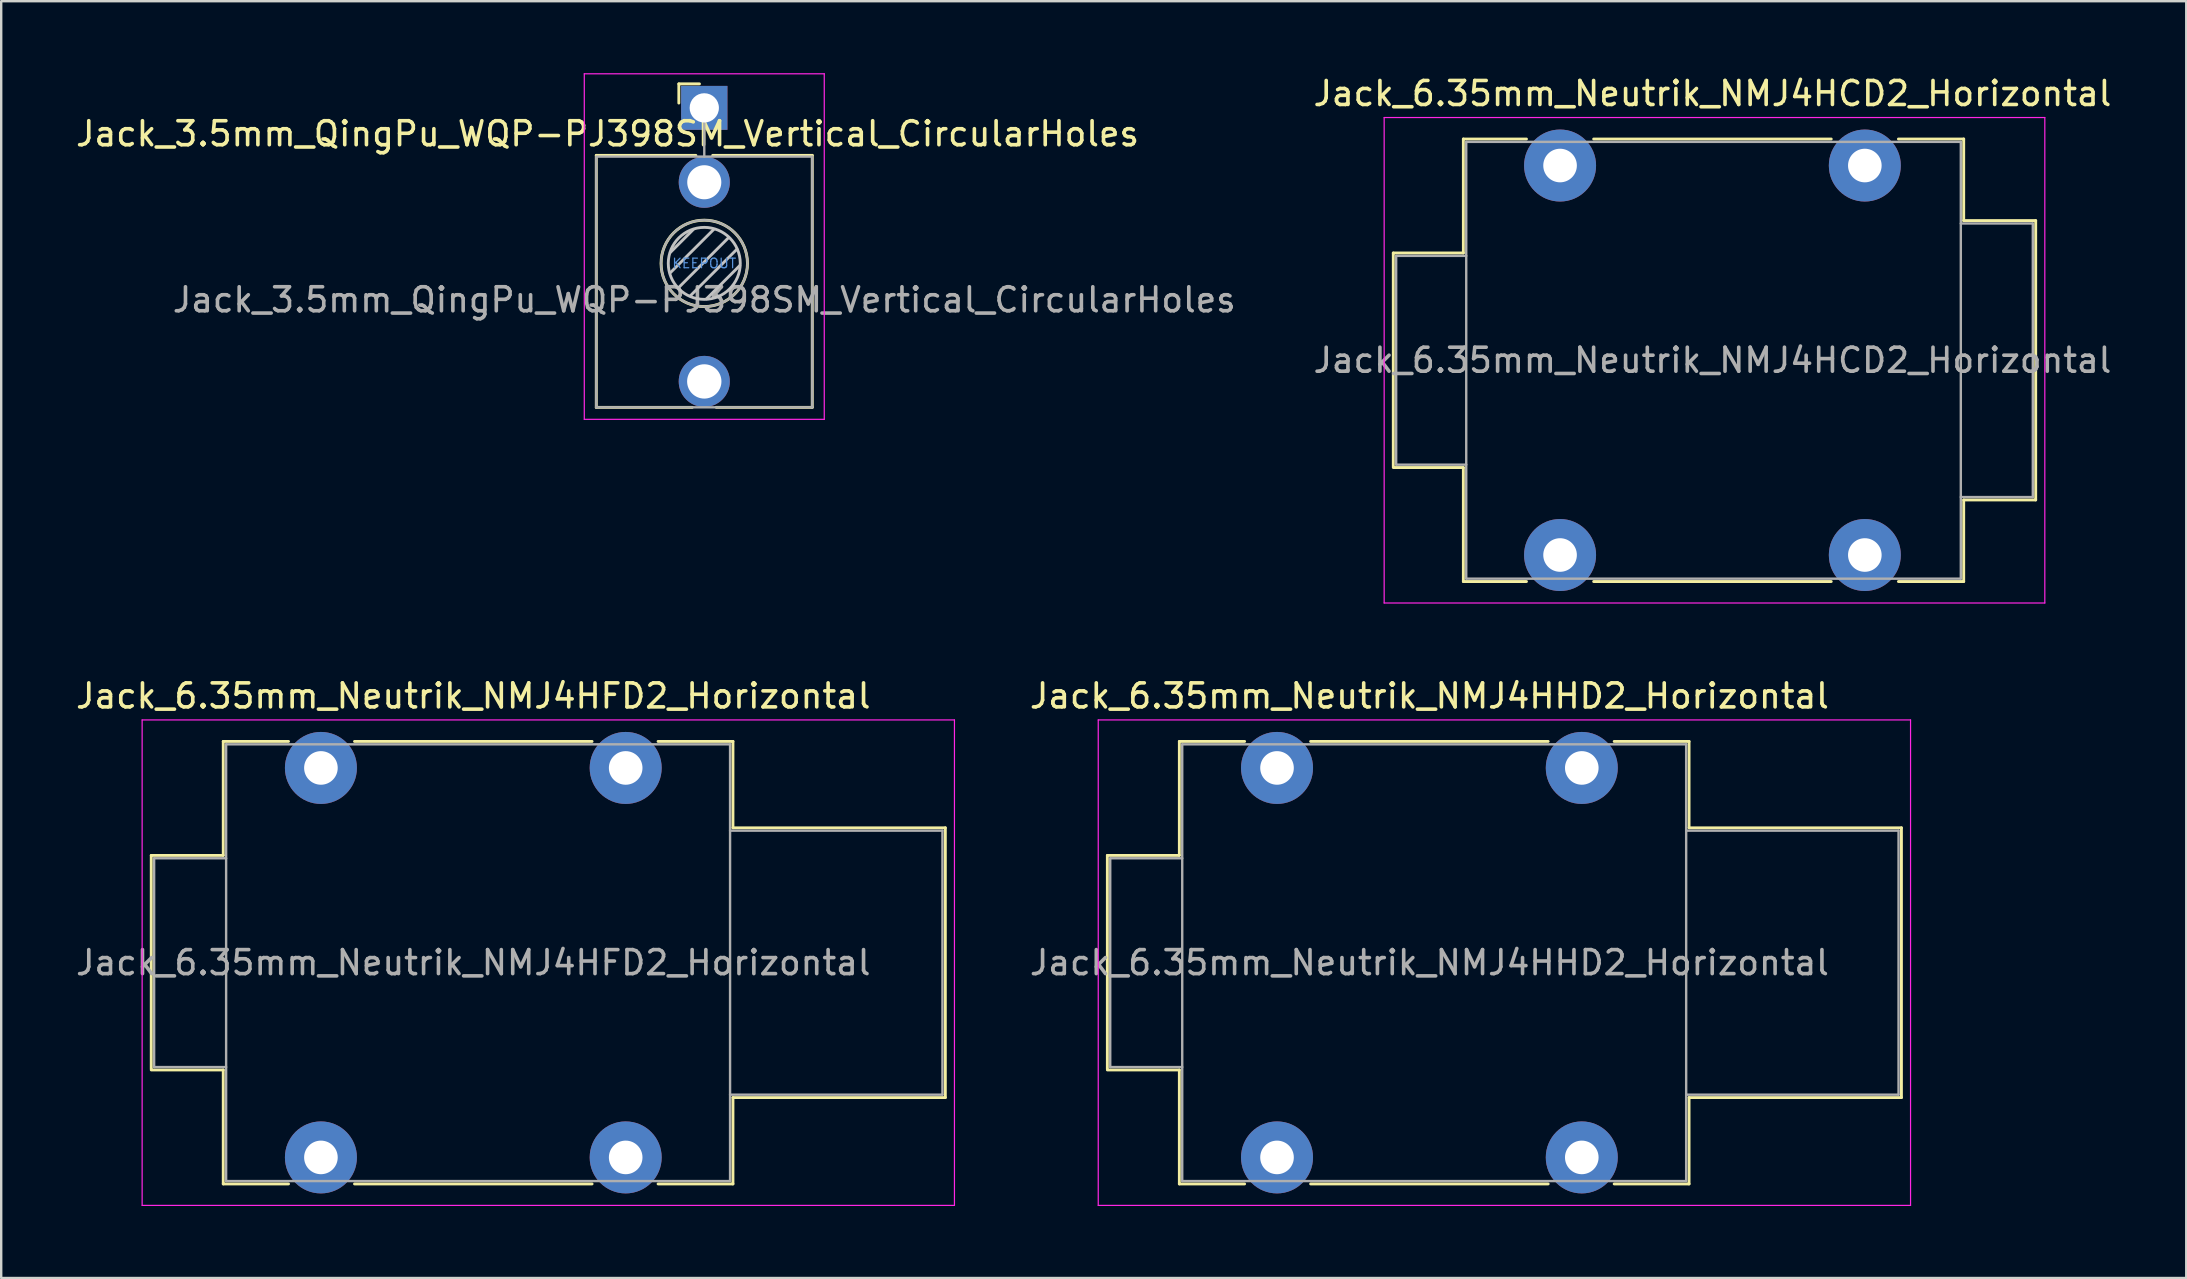
<source format=kicad_pcb>
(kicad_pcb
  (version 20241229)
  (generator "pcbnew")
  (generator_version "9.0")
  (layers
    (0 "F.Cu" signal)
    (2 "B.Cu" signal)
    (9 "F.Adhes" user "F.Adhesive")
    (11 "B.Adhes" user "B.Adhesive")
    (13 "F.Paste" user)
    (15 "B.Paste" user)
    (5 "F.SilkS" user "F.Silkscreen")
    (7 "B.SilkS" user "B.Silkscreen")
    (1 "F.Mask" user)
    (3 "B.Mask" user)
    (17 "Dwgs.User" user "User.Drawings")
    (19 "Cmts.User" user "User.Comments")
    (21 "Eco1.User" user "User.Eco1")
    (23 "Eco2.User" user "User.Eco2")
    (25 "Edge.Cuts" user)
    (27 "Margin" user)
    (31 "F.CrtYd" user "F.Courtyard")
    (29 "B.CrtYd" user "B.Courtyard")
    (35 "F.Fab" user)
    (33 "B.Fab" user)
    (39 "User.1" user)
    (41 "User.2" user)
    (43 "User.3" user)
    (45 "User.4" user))
  (footprint "Jack_3.5mm_QingPu_WQP-PJ398SM_Vertical_CircularHoles"
    (layer "F.Cu")
    (at 26.298 1.445)
    (property "Reference" "Jack_3.5mm_QingPu_WQP-PJ398SM_Vertical_CircularHoles" (at -4.03 1.08 180) (layer "F.SilkS") (effects (font (size 1 1) (thickness 0.15))))
    (attr through_hole)
    (fp_line (start -4.5 1.98) (end -4.5 12.48) (stroke (width 0.12) (type solid)) (layer "F.SilkS"))
    (fp_line (start -1.06 -1) (end -1.06 -0.2) (stroke (width 0.12) (type solid)) (layer "F.SilkS"))
    (fp_line (start -1.06 -1) (end -0.2 -1) (stroke (width 0.12) (type solid)) (layer "F.SilkS"))
    (fp_line (start -0.5 12.48) (end -4.5 12.48) (stroke (width 0.12) (type solid)) (layer "F.SilkS"))
    (fp_line (start -0.35 1.98) (end -4.5 1.98) (stroke (width 0.12) (type solid)) (layer "F.SilkS"))
    (fp_line (start 4.5 1.98) (end 0.35 1.98) (stroke (width 0.12) (type solid)) (layer "F.SilkS"))
    (fp_line (start 4.5 1.98) (end 4.5 12.48) (stroke (width 0.12) (type solid)) (layer "F.SilkS"))
    (fp_line (start 4.5 12.48) (end 0.5 12.48) (stroke (width 0.12) (type solid)) (layer "F.SilkS"))
    (fp_circle (center 0 6.48) (end 1.8 6.48) (stroke (width 0.12) (type solid)) (fill no) (layer "F.SilkS"))
    (fp_line (start -1.42 6.875) (end 0.4 5.06) (stroke (width 0.12) (type solid)) (layer "Dwgs.User"))
    (fp_line (start -1.41 6.02) (end -0.46 5.07) (stroke (width 0.12) (type solid)) (layer "Dwgs.User"))
    (fp_line (start -1.07 7.49) (end 1.01 5.41) (stroke (width 0.12) (type solid)) (layer "Dwgs.User"))
    (fp_line (start -0.58 7.83) (end 1.36 5.89) (stroke (width 0.12) (type solid)) (layer "Dwgs.User"))
    (fp_line (start 0.09 7.96) (end 1.48 6.57) (stroke (width 0.12) (type solid)) (layer "Dwgs.User"))
    (fp_circle (center 0 6.48) (end 1.5 6.48) (stroke (width 0.12) (type solid)) (fill no) (layer "Dwgs.User"))
    (fp_line (start -5 12.98) (end -5 -1.42) (stroke (width 0.05) (type solid)) (layer "F.CrtYd"))
    (fp_line (start 5 -1.42) (end -5 -1.42) (stroke (width 0.05) (type solid)) (layer "F.CrtYd"))
    (fp_line (start 5 12.98) (end -5 12.98) (stroke (width 0.05) (type solid)) (layer "F.CrtYd"))
    (fp_line (start 5 12.98) (end 5 -1.42) (stroke (width 0.05) (type solid)) (layer "F.CrtYd"))
    (fp_line (start -4.5 12.48) (end -4.5 2.08) (stroke (width 0.1) (type solid)) (layer "F.Fab"))
    (fp_line (start 0 0) (end 0 2.03) (stroke (width 0.1) (type solid)) (layer "F.Fab"))
    (fp_line (start 4.5 2.03) (end -4.5 2.03) (stroke (width 0.1) (type solid)) (layer "F.Fab"))
    (fp_line (start 4.5 12.48) (end -4.5 12.48) (stroke (width 0.1) (type solid)) (layer "F.Fab"))
    (fp_line (start 4.5 12.48) (end 4.5 2.08) (stroke (width 0.1) (type solid)) (layer "F.Fab"))
    (fp_circle (center 0 6.48) (end 1.8 6.48) (stroke (width 0.1) (type solid)) (fill no) (layer "F.Fab"))
    (fp_text user "KEEPOUT" (at 0 6.48 0) (layer "Cmts.User") (effects (font (size 0.4 0.4) (thickness 0.051))))
    (fp_text user "${REFERENCE}" (at 0 8 180) (layer "F.Fab") (effects (font (size 1 1) (thickness 0.15))))
    (pad "S" thru_hole rect (at 0 0 180) (size 1.93 1.83) (drill 1.22) (layers "*.Cu" "*.Mask"))
    (pad "T" thru_hole circle (at 0 11.4 180) (size 2.13 2.13) (drill 1.43) (layers "*.Cu" "*.Mask"))
    (pad "TN" thru_hole circle (at 0 3.1 180) (size 2.13 2.13) (drill 1.42) (layers "*.Cu" "*.Mask")))
  (footprint "Jack_6.35mm_Neutrik_NMJ4HHD2_Horizontal"
    (layer "F.Cu")
    (at 50.165 28.951)
    (property "Reference" "Jack_6.35mm_Neutrik_NMJ4HHD2_Horizontal" (at 6.35 -3 0) (layer "F.SilkS") (effects (font (size 1 1) (thickness 0.15))))
    (attr through_hole)
    (fp_line (start -7.07 3.645) (end -4.07 3.645) (stroke (width 0.12) (type solid)) (layer "F.SilkS"))
    (fp_line (start -7.07 12.545) (end -7.07 3.645) (stroke (width 0.12) (type solid)) (layer "F.SilkS"))
    (fp_line (start -7.07 12.585) (end -4.07 12.585) (stroke (width 0.12) (type solid)) (layer "F.SilkS"))
    (fp_line (start -4.07 -1.105) (end -1.35 -1.105) (stroke (width 0.12) (type solid)) (layer "F.SilkS"))
    (fp_line (start -4.07 3.645) (end -4.07 -1.105) (stroke (width 0.12) (type solid)) (layer "F.SilkS"))
    (fp_line (start -4.07 17.335) (end -4.07 12.585) (stroke (width 0.12) (type solid)) (layer "F.SilkS"))
    (fp_line (start -1.35 17.335) (end -4.07 17.335) (stroke (width 0.12) (type solid)) (layer "F.SilkS"))
    (fp_line (start 1.4 -1.105) (end 11.3 -1.105) (stroke (width 0.12) (type solid)) (layer "F.SilkS"))
    (fp_line (start 11.3 17.335) (end 1.4 17.335) (stroke (width 0.12) (type solid)) (layer "F.SilkS"))
    (fp_line (start 17.17 -1.105) (end 14.05 -1.105) (stroke (width 0.12) (type solid)) (layer "F.SilkS"))
    (fp_line (start 17.17 2.495) (end 17.17 -1.105) (stroke (width 0.12) (type solid)) (layer "F.SilkS"))
    (fp_line (start 17.17 2.495) (end 26.02 2.495) (stroke (width 0.12) (type solid)) (layer "F.SilkS"))
    (fp_line (start 17.17 13.735) (end 26.02 13.735) (stroke (width 0.12) (type solid)) (layer "F.SilkS"))
    (fp_line (start 17.17 17.335) (end 14.05 17.335) (stroke (width 0.12) (type solid)) (layer "F.SilkS"))
    (fp_line (start 17.17 17.335) (end 17.17 13.735) (stroke (width 0.12) (type solid)) (layer "F.SilkS"))
    (fp_line (start 26.02 13.735) (end 26.02 2.495) (stroke (width 0.12) (type solid)) (layer "F.SilkS"))
    (fp_line (start -7.45 18.23) (end -7.45 -2) (stroke (width 0.05) (type solid)) (layer "F.CrtYd"))
    (fp_line (start -7.45 18.23) (end 26.4 18.23) (stroke (width 0.05) (type solid)) (layer "F.CrtYd"))
    (fp_line (start 26.4 -2) (end -7.45 -2) (stroke (width 0.05) (type solid)) (layer "F.CrtYd"))
    (fp_line (start 26.4 18.23) (end 26.4 -2) (stroke (width 0.05) (type solid)) (layer "F.CrtYd"))
    (fp_line (start -6.95 3.765) (end -3.95 3.765) (stroke (width 0.1) (type solid)) (layer "F.Fab"))
    (fp_line (start -6.95 12.465) (end -6.95 3.765) (stroke (width 0.1) (type solid)) (layer "F.Fab"))
    (fp_line (start -6.95 12.465) (end -3.95 12.465) (stroke (width 0.1) (type solid)) (layer "F.Fab"))
    (fp_line (start -3.95 17.215) (end -3.95 -0.985) (stroke (width 0.1) (type solid)) (layer "F.Fab"))
    (fp_line (start 17.05 -0.985) (end -3.95 -0.985) (stroke (width 0.1) (type solid)) (layer "F.Fab"))
    (fp_line (start 17.05 17.215) (end -3.95 17.215) (stroke (width 0.1) (type solid)) (layer "F.Fab"))
    (fp_line (start 17.05 17.215) (end 17.05 -0.985) (stroke (width 0.1) (type solid)) (layer "F.Fab"))
    (fp_line (start 25.9 2.615) (end 17.05 2.615) (stroke (width 0.1) (type solid)) (layer "F.Fab"))
    (fp_line (start 25.9 13.615) (end 17.05 13.615) (stroke (width 0.1) (type solid)) (layer "F.Fab"))
    (fp_line (start 25.9 13.615) (end 25.9 2.615) (stroke (width 0.1) (type solid)) (layer "F.Fab"))
    (fp_text user "${REFERENCE}" (at 6.35 8.115 0) (layer "F.Fab") (effects (font (size 1 1) (thickness 0.15))))
    (pad "S" thru_hole circle (at 12.7 0) (size 3 3) (drill 1.4) (layers "*.Cu" "*.Mask"))
    (pad "SN" thru_hole circle (at 12.7 16.23) (size 3 3) (drill 1.4) (layers "*.Cu" "*.Mask"))
    (pad "T" thru_hole circle (at 0 0) (size 3 3) (drill 1.4) (layers "*.Cu" "*.Mask"))
    (pad "TN" thru_hole circle (at 0 16.23) (size 3 3) (drill 1.4) (layers "*.Cu" "*.Mask")))
  (footprint "Jack_6.35mm_Neutrik_NMJ4HCD2_Horizontal"
    (layer "F.Cu")
    (at 61.96 3.848)
    (property "Reference" "Jack_6.35mm_Neutrik_NMJ4HCD2_Horizontal" (at 6.35 -3 0) (layer "F.SilkS") (effects (font (size 1 1) (thickness 0.15))))
    (attr through_hole)
    (fp_line (start -6.95 3.645) (end -4.03 3.645) (stroke (width 0.12) (type solid)) (layer "F.SilkS"))
    (fp_line (start -6.95 12.545) (end -6.95 3.645) (stroke (width 0.12) (type solid)) (layer "F.SilkS"))
    (fp_line (start -6.95 12.585) (end -4.03 12.585) (stroke (width 0.12) (type solid)) (layer "F.SilkS"))
    (fp_line (start -4.03 -1.105) (end -1.4 -1.105) (stroke (width 0.12) (type solid)) (layer "F.SilkS"))
    (fp_line (start -4.03 3.645) (end -4.03 -1.105) (stroke (width 0.12) (type solid)) (layer "F.SilkS"))
    (fp_line (start -4.03 17.335) (end -4.03 12.585) (stroke (width 0.12) (type solid)) (layer "F.SilkS"))
    (fp_line (start -1.4 17.335) (end -4.03 17.335) (stroke (width 0.12) (type solid)) (layer "F.SilkS"))
    (fp_line (start 1.4 -1.105) (end 11.3 -1.105) (stroke (width 0.12) (type solid)) (layer "F.SilkS"))
    (fp_line (start 11.3 17.335) (end 1.4 17.335) (stroke (width 0.12) (type solid)) (layer "F.SilkS"))
    (fp_line (start 16.82 -1.105) (end 14.1 -1.105) (stroke (width 0.12) (type solid)) (layer "F.SilkS"))
    (fp_line (start 16.82 2.295) (end 16.82 -1.105) (stroke (width 0.12) (type solid)) (layer "F.SilkS"))
    (fp_line (start 16.82 2.295) (end 19.82 2.295) (stroke (width 0.12) (type solid)) (layer "F.SilkS"))
    (fp_line (start 16.82 13.935) (end 19.82 13.935) (stroke (width 0.12) (type solid)) (layer "F.SilkS"))
    (fp_line (start 16.82 17.335) (end 14.1 17.335) (stroke (width 0.12) (type solid)) (layer "F.SilkS"))
    (fp_line (start 16.82 17.335) (end 16.82 13.935) (stroke (width 0.12) (type solid)) (layer "F.SilkS"))
    (fp_line (start 19.82 13.935) (end 19.82 2.295) (stroke (width 0.12) (type solid)) (layer "F.SilkS"))
    (fp_line (start -7.33 18.23) (end -7.33 -2) (stroke (width 0.05) (type solid)) (layer "F.CrtYd"))
    (fp_line (start -7.33 18.23) (end 20.2 18.23) (stroke (width 0.05) (type solid)) (layer "F.CrtYd"))
    (fp_line (start 20.2 -2) (end -7.33 -2) (stroke (width 0.05) (type solid)) (layer "F.CrtYd"))
    (fp_line (start 20.2 18.23) (end 20.2 -2) (stroke (width 0.05) (type solid)) (layer "F.CrtYd"))
    (fp_line (start -6.83 3.765) (end -3.91 3.765) (stroke (width 0.1) (type solid)) (layer "F.Fab"))
    (fp_line (start -6.83 12.465) (end -6.83 3.765) (stroke (width 0.1) (type solid)) (layer "F.Fab"))
    (fp_line (start -6.83 12.465) (end -3.91 12.465) (stroke (width 0.1) (type solid)) (layer "F.Fab"))
    (fp_line (start -3.91 17.215) (end -3.91 -0.985) (stroke (width 0.1) (type solid)) (layer "F.Fab"))
    (fp_line (start 16.7 -0.985) (end -3.91 -0.985) (stroke (width 0.1) (type solid)) (layer "F.Fab"))
    (fp_line (start 16.7 17.215) (end -3.91 17.215) (stroke (width 0.1) (type solid)) (layer "F.Fab"))
    (fp_line (start 16.7 17.215) (end 16.7 -0.985) (stroke (width 0.1) (type solid)) (layer "F.Fab"))
    (fp_line (start 19.7 2.415) (end 16.7 2.415) (stroke (width 0.1) (type solid)) (layer "F.Fab"))
    (fp_line (start 19.7 13.815) (end 16.7 13.815) (stroke (width 0.1) (type solid)) (layer "F.Fab"))
    (fp_line (start 19.7 13.815) (end 19.7 2.415) (stroke (width 0.1) (type solid)) (layer "F.Fab"))
    (fp_text user "${REFERENCE}" (at 6.35 8.115 0) (layer "F.Fab") (effects (font (size 1 1) (thickness 0.15))))
    (pad "S" thru_hole circle (at 12.7 0) (size 3 3) (drill 1.4) (layers "*.Cu" "*.Mask"))
    (pad "SN" thru_hole circle (at 12.7 16.23) (size 3 3) (drill 1.4) (layers "*.Cu" "*.Mask"))
    (pad "T" thru_hole circle (at 0 0) (size 3 3) (drill 1.4) (layers "*.Cu" "*.Mask"))
    (pad "TN" thru_hole circle (at 0 16.23) (size 3 3) (drill 1.4) (layers "*.Cu" "*.Mask")))
  (footprint "Jack_6.35mm_Neutrik_NMJ4HFD2_Horizontal"
    (layer "F.Cu")
    (at 10.323 28.951)
    (property "Reference" "Jack_6.35mm_Neutrik_NMJ4HFD2_Horizontal" (at 6.35 -3 0) (layer "F.SilkS") (effects (font (size 1 1) (thickness 0.15))))
    (attr through_hole)
    (fp_line (start -7.07 3.645) (end -4.07 3.645) (stroke (width 0.12) (type solid)) (layer "F.SilkS"))
    (fp_line (start -7.07 12.545) (end -7.07 3.645) (stroke (width 0.12) (type solid)) (layer "F.SilkS"))
    (fp_line (start -7.07 12.585) (end -4.07 12.585) (stroke (width 0.12) (type solid)) (layer "F.SilkS"))
    (fp_line (start -4.07 -1.105) (end -1.35 -1.105) (stroke (width 0.12) (type solid)) (layer "F.SilkS"))
    (fp_line (start -4.07 3.645) (end -4.07 -1.105) (stroke (width 0.12) (type solid)) (layer "F.SilkS"))
    (fp_line (start -4.07 17.335) (end -4.07 12.585) (stroke (width 0.12) (type solid)) (layer "F.SilkS"))
    (fp_line (start -1.35 17.335) (end -4.07 17.335) (stroke (width 0.12) (type solid)) (layer "F.SilkS"))
    (fp_line (start 1.4 -1.105) (end 11.3 -1.105) (stroke (width 0.12) (type solid)) (layer "F.SilkS"))
    (fp_line (start 11.3 17.335) (end 1.4 17.335) (stroke (width 0.12) (type solid)) (layer "F.SilkS"))
    (fp_line (start 17.17 -1.105) (end 14.05 -1.105) (stroke (width 0.12) (type solid)) (layer "F.SilkS"))
    (fp_line (start 17.17 2.495) (end 17.17 -1.105) (stroke (width 0.12) (type solid)) (layer "F.SilkS"))
    (fp_line (start 17.17 2.495) (end 26.02 2.495) (stroke (width 0.12) (type solid)) (layer "F.SilkS"))
    (fp_line (start 17.17 13.735) (end 26.02 13.735) (stroke (width 0.12) (type solid)) (layer "F.SilkS"))
    (fp_line (start 17.17 17.335) (end 14.05 17.335) (stroke (width 0.12) (type solid)) (layer "F.SilkS"))
    (fp_line (start 17.17 17.335) (end 17.17 13.735) (stroke (width 0.12) (type solid)) (layer "F.SilkS"))
    (fp_line (start 26.02 13.735) (end 26.02 2.495) (stroke (width 0.12) (type solid)) (layer "F.SilkS"))
    (fp_line (start -7.45 18.23) (end -7.45 -2) (stroke (width 0.05) (type solid)) (layer "F.CrtYd"))
    (fp_line (start -7.45 18.23) (end 26.4 18.23) (stroke (width 0.05) (type solid)) (layer "F.CrtYd"))
    (fp_line (start 26.4 -2) (end -7.45 -2) (stroke (width 0.05) (type solid)) (layer "F.CrtYd"))
    (fp_line (start 26.4 18.23) (end 26.4 -2) (stroke (width 0.05) (type solid)) (layer "F.CrtYd"))
    (fp_line (start -6.95 3.765) (end -3.95 3.765) (stroke (width 0.1) (type solid)) (layer "F.Fab"))
    (fp_line (start -6.95 12.465) (end -6.95 3.765) (stroke (width 0.1) (type solid)) (layer "F.Fab"))
    (fp_line (start -6.95 12.465) (end -3.95 12.465) (stroke (width 0.1) (type solid)) (layer "F.Fab"))
    (fp_line (start -3.95 17.215) (end -3.95 -0.985) (stroke (width 0.1) (type solid)) (layer "F.Fab"))
    (fp_line (start 17.05 -0.985) (end -3.95 -0.985) (stroke (width 0.1) (type solid)) (layer "F.Fab"))
    (fp_line (start 17.05 17.215) (end -3.95 17.215) (stroke (width 0.1) (type solid)) (layer "F.Fab"))
    (fp_line (start 17.05 17.215) (end 17.05 -0.985) (stroke (width 0.1) (type solid)) (layer "F.Fab"))
    (fp_line (start 25.9 2.615) (end 17.05 2.615) (stroke (width 0.1) (type solid)) (layer "F.Fab"))
    (fp_line (start 25.9 13.615) (end 17.05 13.615) (stroke (width 0.1) (type solid)) (layer "F.Fab"))
    (fp_line (start 25.9 13.615) (end 25.9 2.615) (stroke (width 0.1) (type solid)) (layer "F.Fab"))
    (fp_text user "${REFERENCE}" (at 6.35 8.115 0) (layer "F.Fab") (effects (font (size 1 1) (thickness 0.15))))
    (pad "S" thru_hole circle (at 12.7 0) (size 3 3) (drill 1.4) (layers "*.Cu" "*.Mask"))
    (pad "SN" thru_hole circle (at 12.7 16.23) (size 3 3) (drill 1.4) (layers "*.Cu" "*.Mask"))
    (pad "T" thru_hole circle (at 0 0) (size 3 3) (drill 1.4) (layers "*.Cu" "*.Mask"))
    (pad "TN" thru_hole circle (at 0 16.23) (size 3 3) (drill 1.4) (layers "*.Cu" "*.Mask")))
  (gr_rect
    (start -3 -3)
    (end 88.054 50.206)
    (stroke (width 0.1) (type default))
    (fill no)
    (layer "Edge.Cuts")))
</source>
